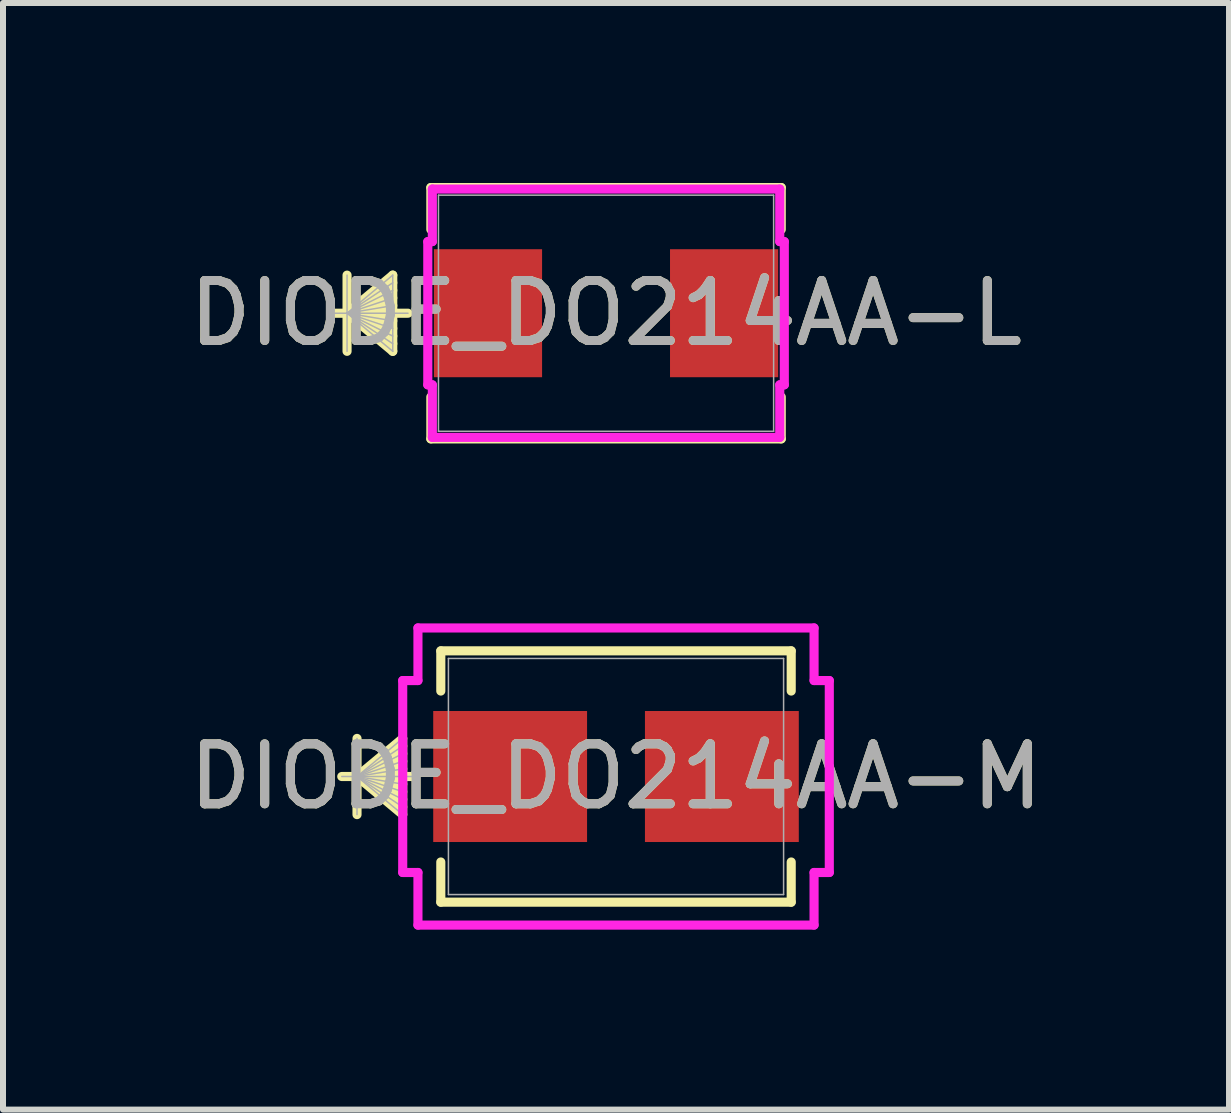
<source format=kicad_pcb>
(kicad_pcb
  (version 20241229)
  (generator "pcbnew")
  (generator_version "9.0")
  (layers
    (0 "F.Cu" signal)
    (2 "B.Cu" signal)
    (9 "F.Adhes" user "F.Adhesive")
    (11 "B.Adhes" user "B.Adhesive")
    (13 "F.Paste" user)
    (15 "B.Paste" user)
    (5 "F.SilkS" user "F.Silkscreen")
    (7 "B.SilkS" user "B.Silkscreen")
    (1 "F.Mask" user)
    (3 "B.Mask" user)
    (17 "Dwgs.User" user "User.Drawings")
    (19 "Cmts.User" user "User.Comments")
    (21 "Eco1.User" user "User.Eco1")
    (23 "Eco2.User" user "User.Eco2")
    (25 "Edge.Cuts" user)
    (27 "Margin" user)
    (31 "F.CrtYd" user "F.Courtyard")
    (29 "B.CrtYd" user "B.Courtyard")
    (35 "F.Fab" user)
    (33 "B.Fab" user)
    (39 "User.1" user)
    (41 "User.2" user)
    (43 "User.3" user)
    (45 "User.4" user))
  (footprint "DIODE_DO214AA-M"
    (layer "F.Cu")
    (at 7.22 9.896)
    (property "Reference" "DIODE_DO214AA-M" (at 0 0 0) (unlocked yes) (layer "F.SilkS") (effects (font (size 1 1) (thickness 0.15))))
    (attr smd)
    (fp_line (start -4.318 -0.635) (end -4.318 0.635) (stroke (width 0.152) (type solid)) (layer "F.SilkS"))
    (fp_line (start -4.318 0) (end -3.556 -0.635) (stroke (width 0.152) (type solid)) (layer "F.SilkS"))
    (fp_line (start -4.318 0) (end -3.556 -0.508) (stroke (width 0.152) (type solid)) (layer "F.SilkS"))
    (fp_line (start -4.318 0) (end -3.556 -0.381) (stroke (width 0.152) (type solid)) (layer "F.SilkS"))
    (fp_line (start -4.318 0) (end -3.556 -0.254) (stroke (width 0.152) (type solid)) (layer "F.SilkS"))
    (fp_line (start -4.318 0) (end -3.556 -0.127) (stroke (width 0.152) (type solid)) (layer "F.SilkS"))
    (fp_line (start -4.318 0) (end -3.556 0.127) (stroke (width 0.152) (type solid)) (layer "F.SilkS"))
    (fp_line (start -4.318 0) (end -3.556 0.254) (stroke (width 0.152) (type solid)) (layer "F.SilkS"))
    (fp_line (start -4.318 0) (end -3.556 0.381) (stroke (width 0.152) (type solid)) (layer "F.SilkS"))
    (fp_line (start -4.318 0) (end -3.556 0.508) (stroke (width 0.152) (type solid)) (layer "F.SilkS"))
    (fp_line (start -4.318 0) (end -3.556 0.635) (stroke (width 0.152) (type solid)) (layer "F.SilkS"))
    (fp_line (start -3.556 -0.635) (end -3.556 0.635) (stroke (width 0.152) (type solid)) (layer "F.SilkS"))
    (fp_line (start -3.381 0) (end -4.572 0) (stroke (width 0.152) (type solid)) (layer "F.SilkS"))
    (fp_line (start -2.921 -2.095) (end -2.921 -1.425) (stroke (width 0.152) (type solid)) (layer "F.SilkS"))
    (fp_line (start -2.921 1.425) (end -2.921 2.095) (stroke (width 0.152) (type solid)) (layer "F.SilkS"))
    (fp_line (start -2.921 2.095) (end 2.921 2.095) (stroke (width 0.152) (type solid)) (layer "F.SilkS"))
    (fp_line (start 2.921 -2.095) (end -2.921 -2.095) (stroke (width 0.152) (type solid)) (layer "F.SilkS"))
    (fp_line (start 2.921 -1.425) (end 2.921 -2.095) (stroke (width 0.152) (type solid)) (layer "F.SilkS"))
    (fp_line (start 2.921 2.095) (end 2.921 1.425) (stroke (width 0.152) (type solid)) (layer "F.SilkS"))
    (fp_line (start -3.556 -1.6) (end -3.302 -1.6) (stroke (width 0.152) (type solid)) (layer "F.CrtYd"))
    (fp_line (start -3.556 1.6) (end -3.556 -1.6) (stroke (width 0.152) (type solid)) (layer "F.CrtYd"))
    (fp_line (start -3.302 -2.477) (end 3.302 -2.477) (stroke (width 0.152) (type solid)) (layer "F.CrtYd"))
    (fp_line (start -3.302 -1.6) (end -3.302 -2.477) (stroke (width 0.152) (type solid)) (layer "F.CrtYd"))
    (fp_line (start -3.302 1.6) (end -3.556 1.6) (stroke (width 0.152) (type solid)) (layer "F.CrtYd"))
    (fp_line (start -3.302 2.477) (end -3.302 1.6) (stroke (width 0.152) (type solid)) (layer "F.CrtYd"))
    (fp_line (start 3.302 -2.477) (end 3.302 -1.6) (stroke (width 0.152) (type solid)) (layer "F.CrtYd"))
    (fp_line (start 3.302 -1.6) (end 3.556 -1.6) (stroke (width 0.152) (type solid)) (layer "F.CrtYd"))
    (fp_line (start 3.302 1.6) (end 3.302 2.477) (stroke (width 0.152) (type solid)) (layer "F.CrtYd"))
    (fp_line (start 3.302 2.477) (end -3.302 2.477) (stroke (width 0.152) (type solid)) (layer "F.CrtYd"))
    (fp_line (start 3.556 -1.6) (end 3.556 1.6) (stroke (width 0.152) (type solid)) (layer "F.CrtYd"))
    (fp_line (start 3.556 1.6) (end 3.302 1.6) (stroke (width 0.152) (type solid)) (layer "F.CrtYd"))
    (fp_line (start -4.318 -0.635) (end -4.318 0.635) (stroke (width 0.025) (type solid)) (layer "F.Fab"))
    (fp_line (start -4.318 0) (end -3.556 -0.635) (stroke (width 0.025) (type solid)) (layer "F.Fab"))
    (fp_line (start -4.318 0) (end -3.556 -0.508) (stroke (width 0.025) (type solid)) (layer "F.Fab"))
    (fp_line (start -4.318 0) (end -3.556 -0.381) (stroke (width 0.025) (type solid)) (layer "F.Fab"))
    (fp_line (start -4.318 0) (end -3.556 -0.254) (stroke (width 0.025) (type solid)) (layer "F.Fab"))
    (fp_line (start -4.318 0) (end -3.556 -0.127) (stroke (width 0.025) (type solid)) (layer "F.Fab"))
    (fp_line (start -4.318 0) (end -3.556 0.127) (stroke (width 0.025) (type solid)) (layer "F.Fab"))
    (fp_line (start -4.318 0) (end -3.556 0.254) (stroke (width 0.025) (type solid)) (layer "F.Fab"))
    (fp_line (start -4.318 0) (end -3.556 0.381) (stroke (width 0.025) (type solid)) (layer "F.Fab"))
    (fp_line (start -4.318 0) (end -3.556 0.508) (stroke (width 0.025) (type solid)) (layer "F.Fab"))
    (fp_line (start -4.318 0) (end -3.556 0.635) (stroke (width 0.025) (type solid)) (layer "F.Fab"))
    (fp_line (start -3.556 -0.635) (end -3.556 0.635) (stroke (width 0.025) (type solid)) (layer "F.Fab"))
    (fp_line (start -3.302 0) (end -4.572 0) (stroke (width 0.025) (type solid)) (layer "F.Fab"))
    (fp_line (start -2.794 -1.968) (end -2.794 1.968) (stroke (width 0.025) (type solid)) (layer "F.Fab"))
    (fp_line (start -2.794 1.968) (end 2.794 1.968) (stroke (width 0.025) (type solid)) (layer "F.Fab"))
    (fp_line (start 2.794 -1.968) (end -2.794 -1.968) (stroke (width 0.025) (type solid)) (layer "F.Fab"))
    (fp_line (start 2.794 1.968) (end 2.794 -1.968) (stroke (width 0.025) (type solid)) (layer "F.Fab"))
    (fp_text user "${REFERENCE}" (at 0 0 0) (unlocked yes) (layer "F.Fab") (effects (font (size 1 1) (thickness 0.15))))
    (pad "1" smd rect (at -1.765 0 90) (size 2.184 2.565) (layers "F.Cu" "F.Mask" "F.Paste"))
    (pad "2" smd rect (at 1.765 0 90) (size 2.184 2.565) (layers "F.Cu" "F.Mask" "F.Paste"))
    (zone (net_name "") (layer "F.Cu") (hatch full 0.508) (connect_pads) (min_thickness 0.254) (filled_areas_thickness no) (keepout (tracks not_allowed) (vias not_allowed) (pads allowed) (copperpour not_allowed) (footprints allowed)) (placement (enabled no)) (fill) (polygon (pts (xy 4.477 7.978) (xy 9.963 7.978) (xy 9.963 8.753) (xy 4.477 8.753))))
    (zone (net_name "") (layer "F.Cu") (hatch full 0.508) (connect_pads) (min_thickness 0.254) (filled_areas_thickness no) (keepout (tracks not_allowed) (vias not_allowed) (pads allowed) (copperpour not_allowed) (footprints allowed)) (placement (enabled no)) (fill) (polygon (pts (xy 4.477 11.039) (xy 9.963 11.039) (xy 9.963 11.814) (xy 4.477 11.814))))
    (zone (net_name "") (layer "F.Cu") (hatch full 0.508) (connect_pads) (min_thickness 0.254) (filled_areas_thickness no) (keepout (tracks not_allowed) (vias not_allowed) (pads allowed) (copperpour not_allowed) (footprints allowed)) (placement (enabled no)) (fill) (polygon (pts (xy 6.788 8.753) (xy 7.652 8.753) (xy 7.652 11.039) (xy 6.788 11.039)))))
  (footprint "DIODE_DO214AA-L"
    (layer "F.Cu")
    (at 7.054 2.172)
    (property "Reference" "DIODE_DO214AA-L" (at 0 0 0) (unlocked yes) (layer "F.SilkS") (effects (font (size 1 1) (thickness 0.15))))
    (attr smd)
    (fp_line (start -4.318 -0.635) (end -4.318 0.635) (stroke (width 0.152) (type solid)) (layer "F.SilkS"))
    (fp_line (start -4.318 0) (end -3.556 -0.635) (stroke (width 0.152) (type solid)) (layer "F.SilkS"))
    (fp_line (start -4.318 0) (end -3.556 -0.508) (stroke (width 0.152) (type solid)) (layer "F.SilkS"))
    (fp_line (start -4.318 0) (end -3.556 -0.381) (stroke (width 0.152) (type solid)) (layer "F.SilkS"))
    (fp_line (start -4.318 0) (end -3.556 -0.254) (stroke (width 0.152) (type solid)) (layer "F.SilkS"))
    (fp_line (start -4.318 0) (end -3.556 -0.127) (stroke (width 0.152) (type solid)) (layer "F.SilkS"))
    (fp_line (start -4.318 0) (end -3.556 0.127) (stroke (width 0.152) (type solid)) (layer "F.SilkS"))
    (fp_line (start -4.318 0) (end -3.556 0.254) (stroke (width 0.152) (type solid)) (layer "F.SilkS"))
    (fp_line (start -4.318 0) (end -3.556 0.381) (stroke (width 0.152) (type solid)) (layer "F.SilkS"))
    (fp_line (start -4.318 0) (end -3.556 0.508) (stroke (width 0.152) (type solid)) (layer "F.SilkS"))
    (fp_line (start -4.318 0) (end -3.556 0.635) (stroke (width 0.152) (type solid)) (layer "F.SilkS"))
    (fp_line (start -3.556 -0.635) (end -3.556 0.635) (stroke (width 0.152) (type solid)) (layer "F.SilkS"))
    (fp_line (start -3.302 0) (end -4.572 0) (stroke (width 0.152) (type solid)) (layer "F.SilkS"))
    (fp_line (start -2.921 -2.095) (end -2.921 -1.396) (stroke (width 0.152) (type solid)) (layer "F.SilkS"))
    (fp_line (start -2.921 1.396) (end -2.921 2.095) (stroke (width 0.152) (type solid)) (layer "F.SilkS"))
    (fp_line (start -2.921 2.095) (end 2.921 2.095) (stroke (width 0.152) (type solid)) (layer "F.SilkS"))
    (fp_line (start 2.921 -2.095) (end -2.921 -2.095) (stroke (width 0.152) (type solid)) (layer "F.SilkS"))
    (fp_line (start 2.921 -1.396) (end 2.921 -2.095) (stroke (width 0.152) (type solid)) (layer "F.SilkS"))
    (fp_line (start 2.921 2.095) (end 2.921 1.396) (stroke (width 0.152) (type solid)) (layer "F.SilkS"))
    (fp_line (start -2.972 -1.194) (end -2.896 -1.194) (stroke (width 0.152) (type solid)) (layer "F.CrtYd"))
    (fp_line (start -2.972 1.194) (end -2.972 -1.194) (stroke (width 0.152) (type solid)) (layer "F.CrtYd"))
    (fp_line (start -2.896 -2.07) (end 2.896 -2.07) (stroke (width 0.152) (type solid)) (layer "F.CrtYd"))
    (fp_line (start -2.896 -1.194) (end -2.896 -2.07) (stroke (width 0.152) (type solid)) (layer "F.CrtYd"))
    (fp_line (start -2.896 1.194) (end -2.972 1.194) (stroke (width 0.152) (type solid)) (layer "F.CrtYd"))
    (fp_line (start -2.896 2.07) (end -2.896 1.194) (stroke (width 0.152) (type solid)) (layer "F.CrtYd"))
    (fp_line (start 2.896 -2.07) (end 2.896 -1.194) (stroke (width 0.152) (type solid)) (layer "F.CrtYd"))
    (fp_line (start 2.896 -1.194) (end 2.972 -1.194) (stroke (width 0.152) (type solid)) (layer "F.CrtYd"))
    (fp_line (start 2.896 1.194) (end 2.896 2.07) (stroke (width 0.152) (type solid)) (layer "F.CrtYd"))
    (fp_line (start 2.896 2.07) (end -2.896 2.07) (stroke (width 0.152) (type solid)) (layer "F.CrtYd"))
    (fp_line (start 2.972 -1.194) (end 2.972 1.194) (stroke (width 0.152) (type solid)) (layer "F.CrtYd"))
    (fp_line (start 2.972 1.194) (end 2.896 1.194) (stroke (width 0.152) (type solid)) (layer "F.CrtYd"))
    (fp_line (start -4.318 -0.635) (end -4.318 0.635) (stroke (width 0.025) (type solid)) (layer "F.Fab"))
    (fp_line (start -4.318 0) (end -3.556 -0.635) (stroke (width 0.025) (type solid)) (layer "F.Fab"))
    (fp_line (start -4.318 0) (end -3.556 -0.508) (stroke (width 0.025) (type solid)) (layer "F.Fab"))
    (fp_line (start -4.318 0) (end -3.556 -0.381) (stroke (width 0.025) (type solid)) (layer "F.Fab"))
    (fp_line (start -4.318 0) (end -3.556 -0.254) (stroke (width 0.025) (type solid)) (layer "F.Fab"))
    (fp_line (start -4.318 0) (end -3.556 -0.127) (stroke (width 0.025) (type solid)) (layer "F.Fab"))
    (fp_line (start -4.318 0) (end -3.556 0.127) (stroke (width 0.025) (type solid)) (layer "F.Fab"))
    (fp_line (start -4.318 0) (end -3.556 0.254) (stroke (width 0.025) (type solid)) (layer "F.Fab"))
    (fp_line (start -4.318 0) (end -3.556 0.381) (stroke (width 0.025) (type solid)) (layer "F.Fab"))
    (fp_line (start -4.318 0) (end -3.556 0.508) (stroke (width 0.025) (type solid)) (layer "F.Fab"))
    (fp_line (start -4.318 0) (end -3.556 0.635) (stroke (width 0.025) (type solid)) (layer "F.Fab"))
    (fp_line (start -3.556 -0.635) (end -3.556 0.635) (stroke (width 0.025) (type solid)) (layer "F.Fab"))
    (fp_line (start -3.302 0) (end -4.572 0) (stroke (width 0.025) (type solid)) (layer "F.Fab"))
    (fp_line (start -2.794 -1.968) (end -2.794 1.968) (stroke (width 0.025) (type solid)) (layer "F.Fab"))
    (fp_line (start -2.794 1.968) (end 2.794 1.968) (stroke (width 0.025) (type solid)) (layer "F.Fab"))
    (fp_line (start 2.794 -1.968) (end -2.794 -1.968) (stroke (width 0.025) (type solid)) (layer "F.Fab"))
    (fp_line (start 2.794 1.968) (end 2.794 -1.968) (stroke (width 0.025) (type solid)) (layer "F.Fab"))
    (fp_text user "${REFERENCE}" (at 0 0 0) (unlocked yes) (layer "F.Fab") (effects (font (size 1 1) (thickness 0.15))))
    (pad "1" smd rect (at -1.968 0 90) (size 2.134 1.803) (layers "F.Cu" "F.Mask" "F.Paste"))
    (pad "2" smd rect (at 1.968 0 90) (size 2.134 1.803) (layers "F.Cu" "F.Mask" "F.Paste"))
    (zone (net_name "") (layer "F.Cu") (hatch full 0.508) (connect_pads) (min_thickness 0.254) (filled_areas_thickness no) (keepout (tracks not_allowed) (vias not_allowed) (pads allowed) (copperpour not_allowed) (footprints allowed)) (placement (enabled no)) (fill) (polygon (pts (xy 4.31 0.254) (xy 9.797 0.254) (xy 9.797 1.029) (xy 4.31 1.029))))
    (zone (net_name "") (layer "F.Cu") (hatch full 0.508) (connect_pads) (min_thickness 0.254) (filled_areas_thickness no) (keepout (tracks not_allowed) (vias not_allowed) (pads allowed) (copperpour not_allowed) (footprints allowed)) (placement (enabled no)) (fill) (polygon (pts (xy 4.31 3.315) (xy 9.797 3.315) (xy 9.797 4.089) (xy 4.31 4.089))))
    (zone (net_name "") (layer "F.Cu") (hatch full 0.508) (connect_pads) (min_thickness 0.254) (filled_areas_thickness no) (keepout (tracks not_allowed) (vias not_allowed) (pads allowed) (copperpour not_allowed) (footprints allowed)) (placement (enabled no)) (fill) (polygon (pts (xy 6.038 1.029) (xy 8.07 1.029) (xy 8.07 3.315) (xy 6.038 3.315)))))
  (gr_rect
    (start -3 -3)
    (end 17.44 15.449)
    (stroke (width 0.1) (type default))
    (fill no)
    (layer "Edge.Cuts")))
</source>
